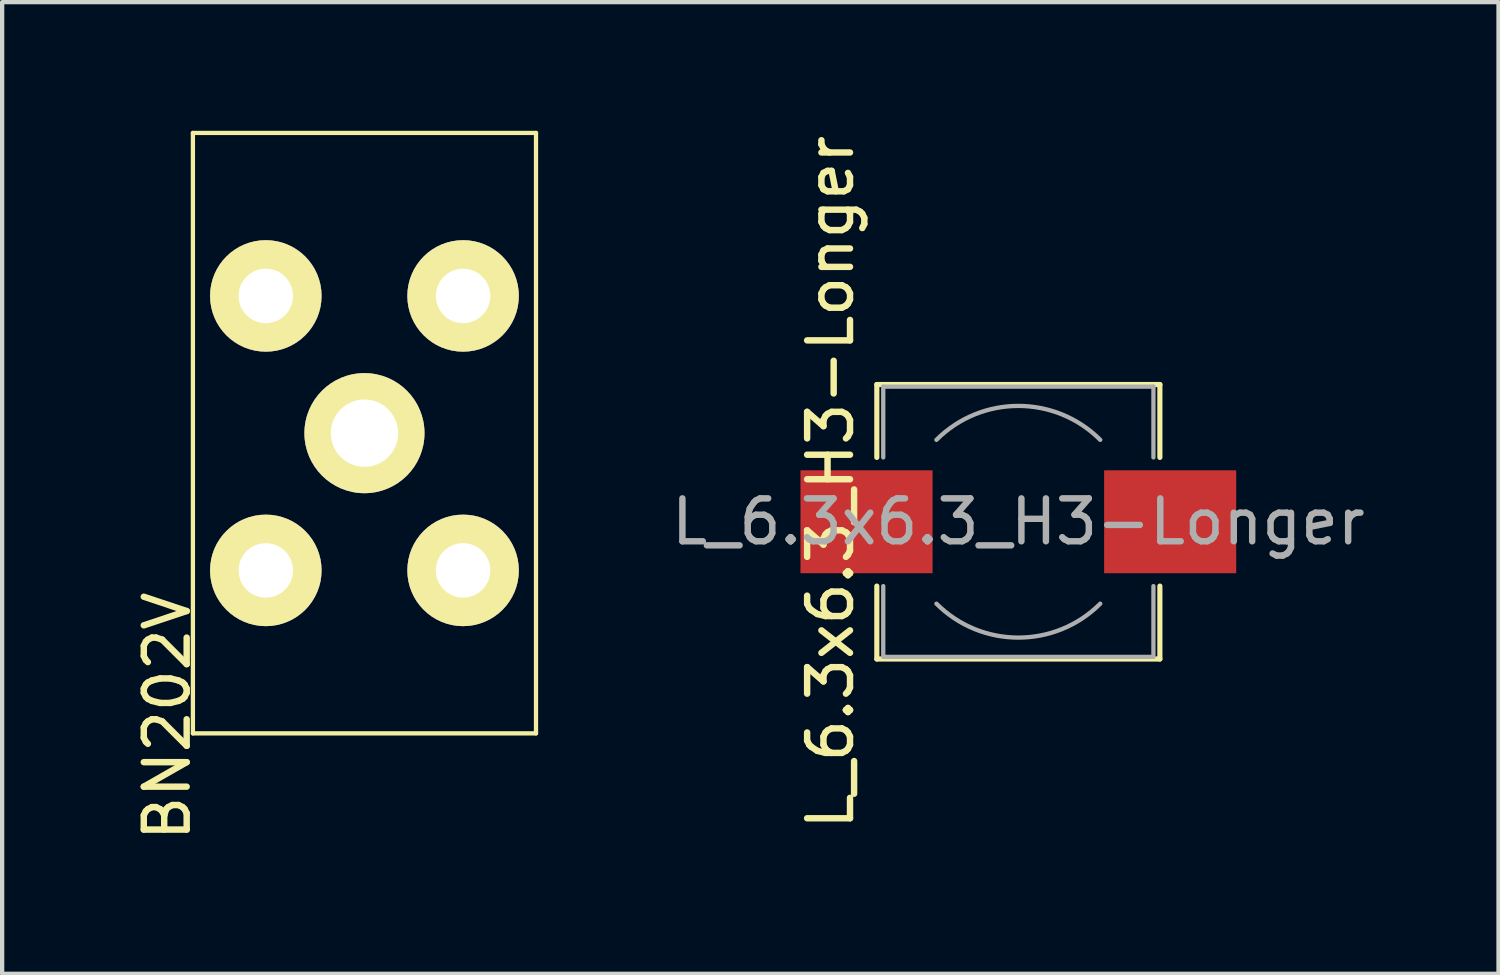
<source format=kicad_pcb>
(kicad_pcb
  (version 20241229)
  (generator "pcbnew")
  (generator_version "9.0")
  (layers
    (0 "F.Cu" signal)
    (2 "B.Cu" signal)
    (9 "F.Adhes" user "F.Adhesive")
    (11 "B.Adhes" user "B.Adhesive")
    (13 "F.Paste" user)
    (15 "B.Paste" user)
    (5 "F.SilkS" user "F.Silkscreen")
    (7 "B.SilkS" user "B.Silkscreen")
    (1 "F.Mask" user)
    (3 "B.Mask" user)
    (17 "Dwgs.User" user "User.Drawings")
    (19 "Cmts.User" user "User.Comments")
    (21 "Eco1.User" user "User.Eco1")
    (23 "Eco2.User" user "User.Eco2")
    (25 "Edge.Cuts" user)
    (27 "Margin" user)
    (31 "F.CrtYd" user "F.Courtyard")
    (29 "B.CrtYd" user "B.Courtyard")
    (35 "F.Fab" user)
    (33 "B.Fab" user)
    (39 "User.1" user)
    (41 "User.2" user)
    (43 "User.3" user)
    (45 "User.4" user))
  (footprint "L_6.3x6.3_H3-Longer"
    (layer "F.Cu")
    (at 20.695 9.116)
    (property "Reference" "L_6.3x6.3_H3-Longer" (at -4.38 -0.92 270) (layer "F.SilkS") (effects (font (size 1 1) (thickness 0.15))))
    (attr smd)
    (fp_line (start -3.3 -3.2) (end 3.3 -3.2) (stroke (width 0.12) (type solid)) (layer "F.SilkS"))
    (fp_line (start -3.3 -1.5) (end -3.3 -3.2) (stroke (width 0.12) (type solid)) (layer "F.SilkS"))
    (fp_line (start -3.3 3.2) (end -3.3 1.5) (stroke (width 0.12) (type solid)) (layer "F.SilkS"))
    (fp_line (start 3.3 -3.2) (end 3.3 -1.5) (stroke (width 0.12) (type solid)) (layer "F.SilkS"))
    (fp_line (start 3.3 1.5) (end 3.3 3.2) (stroke (width 0.12) (type solid)) (layer "F.SilkS"))
    (fp_line (start 3.3 3.2) (end -3.3 3.2) (stroke (width 0.12) (type solid)) (layer "F.SilkS"))
    (fp_line (start -3.15 -3.15) (end -3.15 -1.5) (stroke (width 0.1) (type solid)) (layer "F.Fab"))
    (fp_line (start -3.15 -3.15) (end 3.15 -3.15) (stroke (width 0.1) (type solid)) (layer "F.Fab"))
    (fp_line (start -3.15 3.15) (end -3.15 1.5) (stroke (width 0.1) (type solid)) (layer "F.Fab"))
    (fp_line (start -3.15 3.15) (end 3.15 3.15) (stroke (width 0.1) (type solid)) (layer "F.Fab"))
    (fp_line (start 3.15 -3.15) (end 3.15 -1.5) (stroke (width 0.1) (type solid)) (layer "F.Fab"))
    (fp_line (start 3.15 3.15) (end 3.15 1.5) (stroke (width 0.1) (type solid)) (layer "F.Fab"))
    (fp_arc (start -1.91 -1.91) (mid 0 -2.701148) (end 1.91 -1.91) (stroke (width 0.1) (type solid)) (layer "F.Fab"))
    (fp_arc (start 1.91 1.91) (mid 0 2.701148) (end -1.91 1.91) (stroke (width 0.1) (type solid)) (layer "F.Fab"))
    (fp_text user "${REFERENCE}" (at 0 0 180) (layer "F.Fab") (effects (font (size 1 1) (thickness 0.15))))
    (pad "1" smd rect (at -3.54 0) (size 3.08 2.4) (layers "F.Cu" "F.Mask" "F.Paste"))
    (pad "2" smd rect (at 3.54 0) (size 3.08 2.4) (layers "F.Cu" "F.Mask" "F.Paste")))
  (footprint "BN202V"
    (layer "F.Cu")
    (at 5.448 7.05)
    (property "Reference" "BN202V" (at -4.6 6.6 270) (layer "F.SilkS") (effects (font (size 1 1) (thickness 0.15))))
    (attr through_hole)
    (fp_line (start -4 -7) (end -4 7) (stroke (width 0.1) (type solid)) (layer "F.SilkS"))
    (fp_line (start -4 7) (end 4 7) (stroke (width 0.1) (type solid)) (layer "F.SilkS"))
    (fp_line (start 4 -7) (end -4 -7) (stroke (width 0.1) (type solid)) (layer "F.SilkS"))
    (fp_line (start 4 7) (end 4 -7) (stroke (width 0.1) (type solid)) (layer "F.SilkS"))
    (pad "1" thru_hole circle (at -2.3 3.2) (size 2.6 2.6) (drill 1.27) (layers "*.Cu" "*.Mask" "F.SilkS"))
    (pad "2" thru_hole circle (at 0 0) (size 2.8 2.8) (drill 1.57) (layers "*.Cu" "*.Mask" "F.SilkS"))
    (pad "3" thru_hole circle (at -2.3 -3.2) (size 2.6 2.6) (drill 1.27) (layers "*.Cu" "*.Mask" "F.SilkS"))
    (pad "4" thru_hole circle (at 2.3 -3.2) (size 2.6 2.6) (drill 1.27) (layers "*.Cu" "*.Mask" "F.SilkS"))
    (pad "5" thru_hole circle (at 2.3 3.2) (size 2.6 2.6) (drill 1.27) (layers "*.Cu" "*.Mask" "F.SilkS")))
  (gr_rect
    (start -3 -3)
    (end 31.891 19.656)
    (stroke (width 0.1) (type default))
    (fill no)
    (layer "Edge.Cuts")))
</source>
